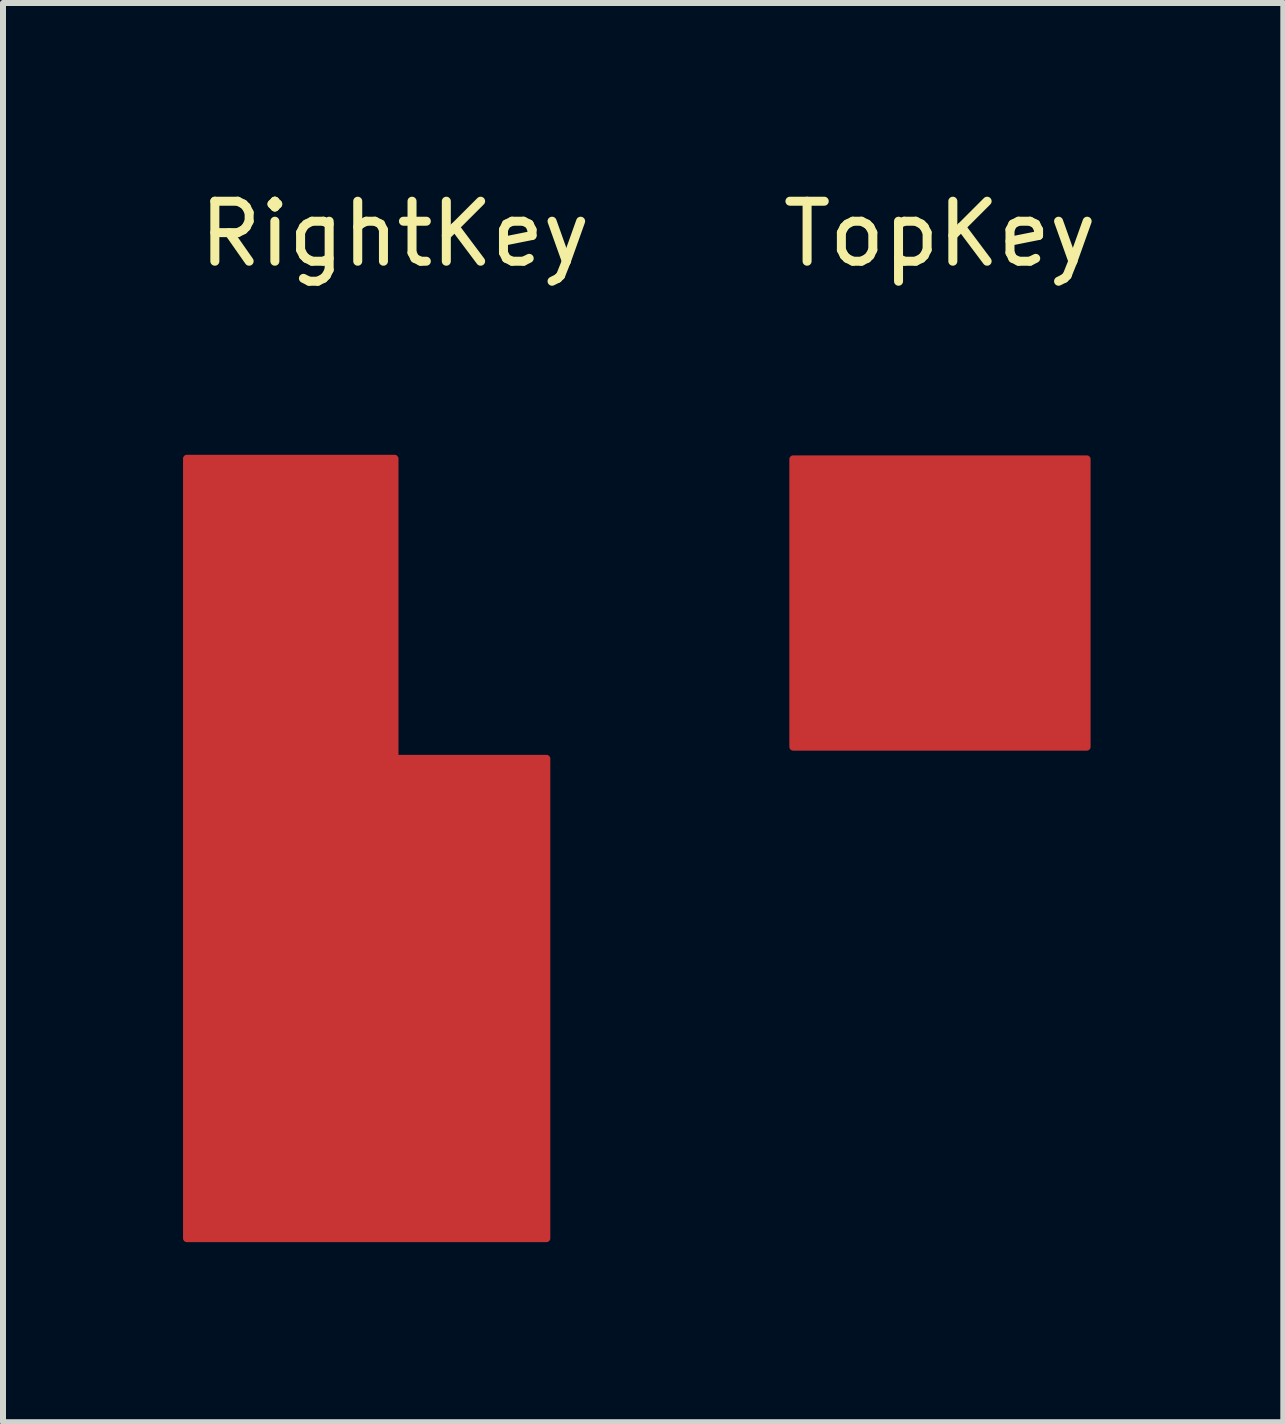
<source format=kicad_pcb>
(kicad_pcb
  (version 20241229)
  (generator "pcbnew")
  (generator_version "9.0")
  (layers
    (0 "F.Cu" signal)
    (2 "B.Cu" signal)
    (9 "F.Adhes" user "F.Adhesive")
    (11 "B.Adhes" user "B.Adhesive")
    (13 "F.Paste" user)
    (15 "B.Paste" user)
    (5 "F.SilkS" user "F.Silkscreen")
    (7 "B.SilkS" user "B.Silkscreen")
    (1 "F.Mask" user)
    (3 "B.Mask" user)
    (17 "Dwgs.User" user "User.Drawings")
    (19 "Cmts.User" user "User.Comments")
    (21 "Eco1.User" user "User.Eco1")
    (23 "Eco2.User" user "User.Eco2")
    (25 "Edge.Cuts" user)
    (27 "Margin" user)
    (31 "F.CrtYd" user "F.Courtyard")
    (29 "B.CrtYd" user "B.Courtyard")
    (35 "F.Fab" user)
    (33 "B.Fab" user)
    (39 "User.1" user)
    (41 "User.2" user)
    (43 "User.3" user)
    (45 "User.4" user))
  (footprint "RightKey"
    (layer "F.Cu")
    (at 3.53 1.348)
    (property "Reference" "RightKey" (at 0 -0.5 0) (unlocked yes) (layer "F.SilkS") (effects (font (size 1 1) (thickness 0.15))))
    (attr smd)
    (pad "1" smd custom (at -2 4) (size 2.286 1.524) (layers "F.Cu" "F.Mask" "F.Paste") (options (anchor rect)) (primitives (gr_line (start 2 -0.76) (end -1.47 -0.76) (width 0.12)) (gr_line (start 2 4.24) (end 2 -0.76) (width 0.12)) (gr_line (start 4.53 4.24) (end 2 4.24) (width 0.12)) (gr_line (start 4.53 12.24) (end 4.53 4.24) (width 0.12)) (gr_line (start 4.53 12.24) (end -1.47 12.24) (width 0.12)) (gr_line (start -1.47 -0.76) (end -1.47 12.24) (width 0.12)) (gr_poly (pts (xy 1.99 -0.75) (xy -1.47 -0.76) (xy -1.47 12.24) (xy 4.53 12.24) (xy 4.53 4.24) (xy 2 4.24)) (width 0.12) (fill yes)))))
  (footprint "TopKey"
    (layer "F.Cu")
    (at 12.613 1.348)
    (property "Reference" "TopKey" (at 0 -0.5 0) (unlocked yes) (layer "F.SilkS") (effects (font (size 1 1) (thickness 0.15))))
    (attr smd)
    (pad "1" smd custom (at 0 4) (size 2.286 1.524) (layers "F.Cu" "F.Mask" "F.Paste") (options (anchor rect)) (primitives (gr_poly (pts (xy -2.45 -0.75) (xy 2.45 -0.75) (xy 2.45 4.05) (xy -2.45 4.05)) (width 0.12) (fill yes)) (gr_line (start -2.45 -0.75) (end -2.45 4.05) (width 0.12)) (gr_line (start -2.45 4.05) (end 2.45 4.05) (width 0.12)) (gr_line (start 2.45 4.05) (end 2.45 -0.75) (width 0.12)) (gr_line (start 2.45 -0.75) (end -2.45 -0.75) (width 0.12)))))
  (gr_rect
    (start -3 -3)
    (end 18.334 20.648)
    (stroke (width 0.1) (type default))
    (fill no)
    (layer "Edge.Cuts")))
</source>
